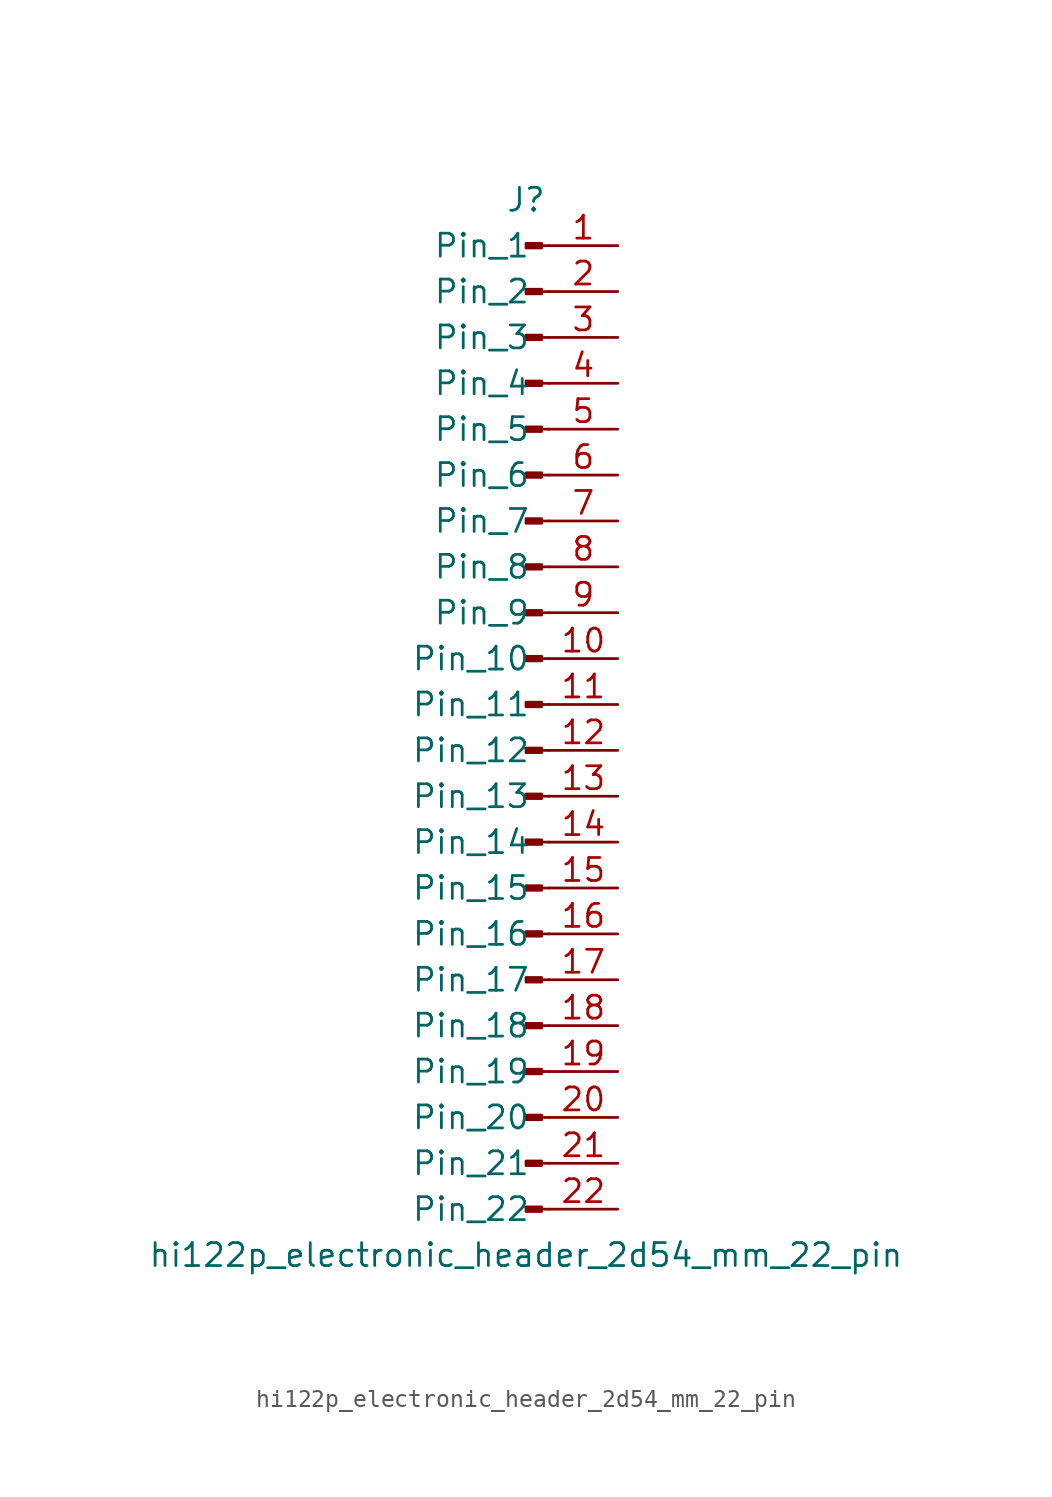
<source format=kicad_sym>
(kicad_symbol_lib
  (version 20220914)
  (generator kicad_symbol_editor)
  (symbol "hi122p_electronic_header_2d54_mm_22_pin"
    (pin_names
      (offset 1.016))
    (property "Reference" "J"
      (at 0 27.94 0)
      (effects (font (size 1.27 1.27))))
    (property "Value" "hi122p_electronic_header_2d54_mm_22_pin"
      (at 0 -30.48 0)
      (effects (font (size 1.27 1.27))))
    (property "ki_locked" ""
      (at 0 0 0)
      (effects (font (size 1.27 1.27))))
    (symbol "hi122p_electronic_header_2d54_mm_22_pin_1_1"
      (polyline (pts (xy 1.27 -27.94) (xy 0.864 -27.94)) (stroke (width 0.152) (type default)) (fill (type none)))
      (polyline (pts (xy 1.27 -25.4) (xy 0.864 -25.4)) (stroke (width 0.152) (type default)) (fill (type none)))
      (polyline (pts (xy 1.27 -22.86) (xy 0.864 -22.86)) (stroke (width 0.152) (type default)) (fill (type none)))
      (polyline (pts (xy 1.27 -20.32) (xy 0.864 -20.32)) (stroke (width 0.152) (type default)) (fill (type none)))
      (polyline (pts (xy 1.27 -17.78) (xy 0.864 -17.78)) (stroke (width 0.152) (type default)) (fill (type none)))
      (polyline (pts (xy 1.27 -15.24) (xy 0.864 -15.24)) (stroke (width 0.152) (type default)) (fill (type none)))
      (polyline (pts (xy 1.27 -12.7) (xy 0.864 -12.7)) (stroke (width 0.152) (type default)) (fill (type none)))
      (polyline (pts (xy 1.27 -10.16) (xy 0.864 -10.16)) (stroke (width 0.152) (type default)) (fill (type none)))
      (polyline (pts (xy 1.27 -7.62) (xy 0.864 -7.62)) (stroke (width 0.152) (type default)) (fill (type none)))
      (polyline (pts (xy 1.27 -5.08) (xy 0.864 -5.08)) (stroke (width 0.152) (type default)) (fill (type none)))
      (polyline (pts (xy 1.27 -2.54) (xy 0.864 -2.54)) (stroke (width 0.152) (type default)) (fill (type none)))
      (polyline (pts (xy 1.27 0) (xy 0.864 0)) (stroke (width 0.152) (type default)) (fill (type none)))
      (polyline (pts (xy 1.27 2.54) (xy 0.864 2.54)) (stroke (width 0.152) (type default)) (fill (type none)))
      (polyline (pts (xy 1.27 5.08) (xy 0.864 5.08)) (stroke (width 0.152) (type default)) (fill (type none)))
      (polyline (pts (xy 1.27 7.62) (xy 0.864 7.62)) (stroke (width 0.152) (type default)) (fill (type none)))
      (polyline (pts (xy 1.27 10.16) (xy 0.864 10.16)) (stroke (width 0.152) (type default)) (fill (type none)))
      (polyline (pts (xy 1.27 12.7) (xy 0.864 12.7)) (stroke (width 0.152) (type default)) (fill (type none)))
      (polyline (pts (xy 1.27 15.24) (xy 0.864 15.24)) (stroke (width 0.152) (type default)) (fill (type none)))
      (polyline (pts (xy 1.27 17.78) (xy 0.864 17.78)) (stroke (width 0.152) (type default)) (fill (type none)))
      (polyline (pts (xy 1.27 20.32) (xy 0.864 20.32)) (stroke (width 0.152) (type default)) (fill (type none)))
      (polyline (pts (xy 1.27 22.86) (xy 0.864 22.86)) (stroke (width 0.152) (type default)) (fill (type none)))
      (polyline (pts (xy 1.27 25.4) (xy 0.864 25.4)) (stroke (width 0.152) (type default)) (fill (type none)))
      (rectangle (start 0.864 -27.813) (end 0 -28.067) (stroke (width 0.152) (type default)) (fill (type outline)))
      (rectangle (start 0.864 -25.273) (end 0 -25.527) (stroke (width 0.152) (type default)) (fill (type outline)))
      (rectangle (start 0.864 -22.733) (end 0 -22.987) (stroke (width 0.152) (type default)) (fill (type outline)))
      (rectangle (start 0.864 -20.193) (end 0 -20.447) (stroke (width 0.152) (type default)) (fill (type outline)))
      (rectangle (start 0.864 -17.653) (end 0 -17.907) (stroke (width 0.152) (type default)) (fill (type outline)))
      (rectangle (start 0.864 -15.113) (end 0 -15.367) (stroke (width 0.152) (type default)) (fill (type outline)))
      (rectangle (start 0.864 -12.573) (end 0 -12.827) (stroke (width 0.152) (type default)) (fill (type outline)))
      (rectangle (start 0.864 -10.033) (end 0 -10.287) (stroke (width 0.152) (type default)) (fill (type outline)))
      (rectangle (start 0.864 -7.493) (end 0 -7.747) (stroke (width 0.152) (type default)) (fill (type outline)))
      (rectangle (start 0.864 -4.953) (end 0 -5.207) (stroke (width 0.152) (type default)) (fill (type outline)))
      (rectangle (start 0.864 -2.413) (end 0 -2.667) (stroke (width 0.152) (type default)) (fill (type outline)))
      (rectangle (start 0.864 0.127) (end 0 -0.127) (stroke (width 0.152) (type default)) (fill (type outline)))
      (rectangle (start 0.864 2.667) (end 0 2.413) (stroke (width 0.152) (type default)) (fill (type outline)))
      (rectangle (start 0.864 5.207) (end 0 4.953) (stroke (width 0.152) (type default)) (fill (type outline)))
      (rectangle (start 0.864 7.747) (end 0 7.493) (stroke (width 0.152) (type default)) (fill (type outline)))
      (rectangle (start 0.864 10.287) (end 0 10.033) (stroke (width 0.152) (type default)) (fill (type outline)))
      (rectangle (start 0.864 12.827) (end 0 12.573) (stroke (width 0.152) (type default)) (fill (type outline)))
      (rectangle (start 0.864 15.367) (end 0 15.113) (stroke (width 0.152) (type default)) (fill (type outline)))
      (rectangle (start 0.864 17.907) (end 0 17.653) (stroke (width 0.152) (type default)) (fill (type outline)))
      (rectangle (start 0.864 20.447) (end 0 20.193) (stroke (width 0.152) (type default)) (fill (type outline)))
      (rectangle (start 0.864 22.987) (end 0 22.733) (stroke (width 0.152) (type default)) (fill (type outline)))
      (rectangle (start 0.864 25.527) (end 0 25.273) (stroke (width 0.152) (type default)) (fill (type outline)))
      (pin passive line (at 5.08 25.4 180) (length 3.81) (name "Pin_1" (effects (font (size 1.27 1.27)))) (number "1" (effects (font (size 1.27 1.27)))))
      (pin passive line (at 5.08 2.54 180) (length 3.81) (name "Pin_10" (effects (font (size 1.27 1.27)))) (number "10" (effects (font (size 1.27 1.27)))))
      (pin passive line (at 5.08 0 180) (length 3.81) (name "Pin_11" (effects (font (size 1.27 1.27)))) (number "11" (effects (font (size 1.27 1.27)))))
      (pin passive line (at 5.08 -2.54 180) (length 3.81) (name "Pin_12" (effects (font (size 1.27 1.27)))) (number "12" (effects (font (size 1.27 1.27)))))
      (pin passive line (at 5.08 -5.08 180) (length 3.81) (name "Pin_13" (effects (font (size 1.27 1.27)))) (number "13" (effects (font (size 1.27 1.27)))))
      (pin passive line (at 5.08 -7.62 180) (length 3.81) (name "Pin_14" (effects (font (size 1.27 1.27)))) (number "14" (effects (font (size 1.27 1.27)))))
      (pin passive line (at 5.08 -10.16 180) (length 3.81) (name "Pin_15" (effects (font (size 1.27 1.27)))) (number "15" (effects (font (size 1.27 1.27)))))
      (pin passive line (at 5.08 -12.7 180) (length 3.81) (name "Pin_16" (effects (font (size 1.27 1.27)))) (number "16" (effects (font (size 1.27 1.27)))))
      (pin passive line (at 5.08 -15.24 180) (length 3.81) (name "Pin_17" (effects (font (size 1.27 1.27)))) (number "17" (effects (font (size 1.27 1.27)))))
      (pin passive line (at 5.08 -17.78 180) (length 3.81) (name "Pin_18" (effects (font (size 1.27 1.27)))) (number "18" (effects (font (size 1.27 1.27)))))
      (pin passive line (at 5.08 -20.32 180) (length 3.81) (name "Pin_19" (effects (font (size 1.27 1.27)))) (number "19" (effects (font (size 1.27 1.27)))))
      (pin passive line (at 5.08 22.86 180) (length 3.81) (name "Pin_2" (effects (font (size 1.27 1.27)))) (number "2" (effects (font (size 1.27 1.27)))))
      (pin passive line (at 5.08 -22.86 180) (length 3.81) (name "Pin_20" (effects (font (size 1.27 1.27)))) (number "20" (effects (font (size 1.27 1.27)))))
      (pin passive line (at 5.08 -25.4 180) (length 3.81) (name "Pin_21" (effects (font (size 1.27 1.27)))) (number "21" (effects (font (size 1.27 1.27)))))
      (pin passive line (at 5.08 -27.94 180) (length 3.81) (name "Pin_22" (effects (font (size 1.27 1.27)))) (number "22" (effects (font (size 1.27 1.27)))))
      (pin passive line (at 5.08 20.32 180) (length 3.81) (name "Pin_3" (effects (font (size 1.27 1.27)))) (number "3" (effects (font (size 1.27 1.27)))))
      (pin passive line (at 5.08 17.78 180) (length 3.81) (name "Pin_4" (effects (font (size 1.27 1.27)))) (number "4" (effects (font (size 1.27 1.27)))))
      (pin passive line (at 5.08 15.24 180) (length 3.81) (name "Pin_5" (effects (font (size 1.27 1.27)))) (number "5" (effects (font (size 1.27 1.27)))))
      (pin passive line (at 5.08 12.7 180) (length 3.81) (name "Pin_6" (effects (font (size 1.27 1.27)))) (number "6" (effects (font (size 1.27 1.27)))))
      (pin passive line (at 5.08 10.16 180) (length 3.81) (name "Pin_7" (effects (font (size 1.27 1.27)))) (number "7" (effects (font (size 1.27 1.27)))))
      (pin passive line (at 5.08 7.62 180) (length 3.81) (name "Pin_8" (effects (font (size 1.27 1.27)))) (number "8" (effects (font (size 1.27 1.27)))))
      (pin passive line (at 5.08 5.08 180) (length 3.81) (name "Pin_9" (effects (font (size 1.27 1.27)))) (number "9" (effects (font (size 1.27 1.27))))))))
</source>
